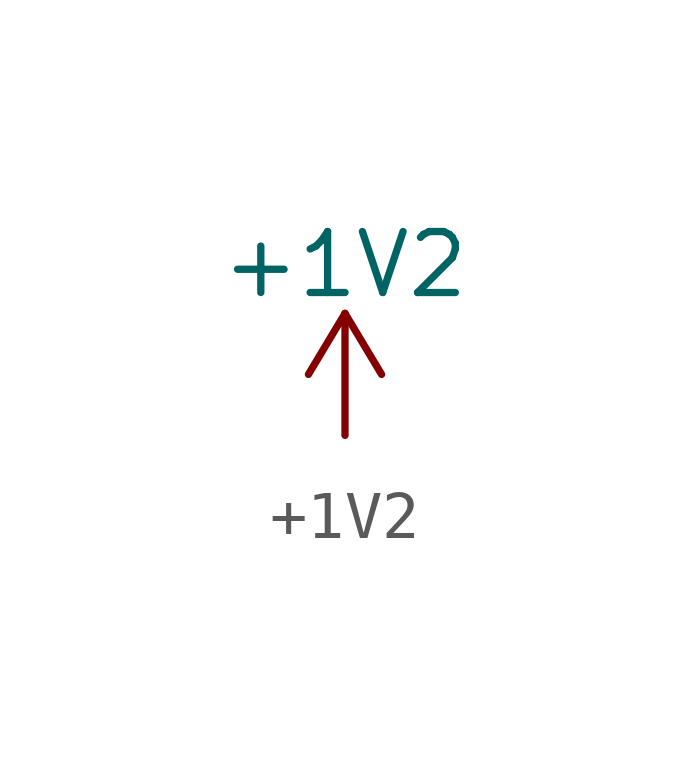
<source format=kicad_sym>
(kicad_symbol_lib
  (version 20211014)
  (generator kicad_symbol_editor)
  (symbol "power1:+1V2"
    (power)
    (pin_names
      (offset 0))
    (property "Reference" "#PWR"
      (at 0 -3.81 0)
      (effects (font (size 1.27 1.27)) hide))
    (property "Value" "+1V2"
      (at 0 3.556 0)
      (effects (font (size 1.27 1.27))))
    (symbol "+1V2_0_1"
      (polyline (pts (xy -0.762 1.27) (xy 0 2.54)) (stroke (width 0) (type default) (color 0 0 0 0)) (fill (type none)))
      (polyline (pts (xy 0 0) (xy 0 2.54)) (stroke (width 0) (type default) (color 0 0 0 0)) (fill (type none)))
      (polyline (pts (xy 0 2.54) (xy 0.762 1.27)) (stroke (width 0) (type default) (color 0 0 0 0)) (fill (type none))))
    (symbol "+1V2_1_1"
      (pin power_in line (at 0 0 90) (length 0) hide (name "+1V2" (effects (font (size 1.27 1.27)))) (number "1" (effects (font (size 1.27 1.27))))))))
</source>
